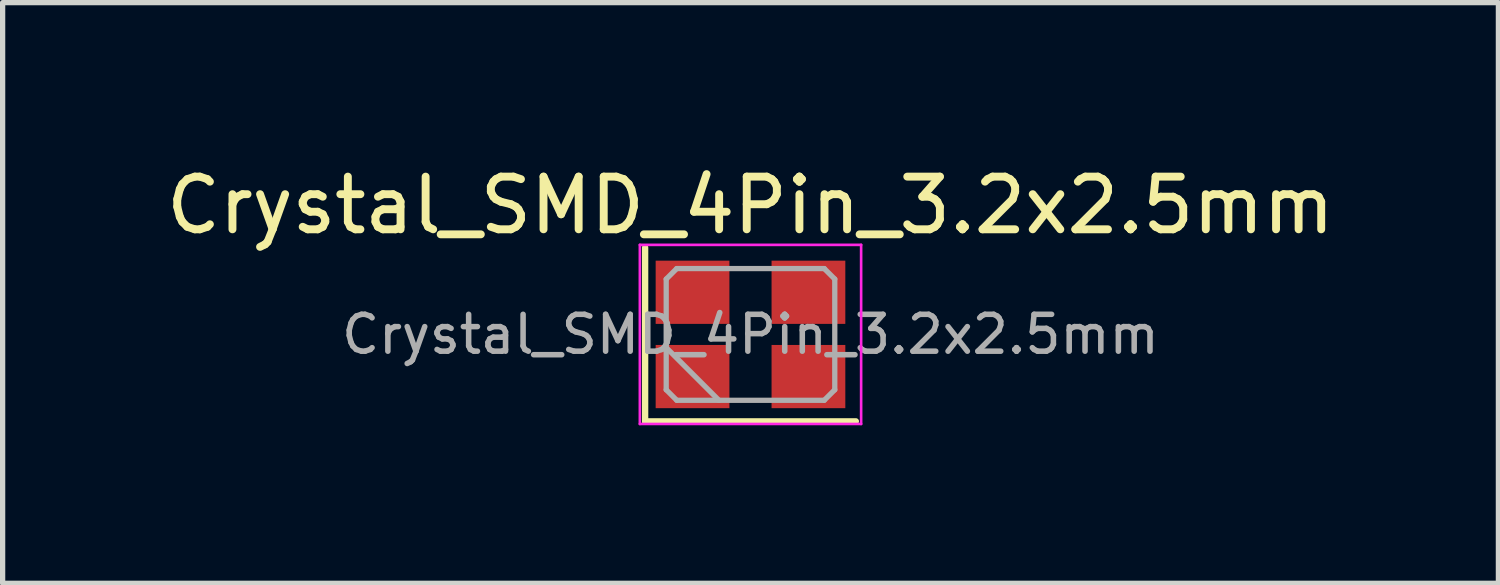
<source format=kicad_pcb>
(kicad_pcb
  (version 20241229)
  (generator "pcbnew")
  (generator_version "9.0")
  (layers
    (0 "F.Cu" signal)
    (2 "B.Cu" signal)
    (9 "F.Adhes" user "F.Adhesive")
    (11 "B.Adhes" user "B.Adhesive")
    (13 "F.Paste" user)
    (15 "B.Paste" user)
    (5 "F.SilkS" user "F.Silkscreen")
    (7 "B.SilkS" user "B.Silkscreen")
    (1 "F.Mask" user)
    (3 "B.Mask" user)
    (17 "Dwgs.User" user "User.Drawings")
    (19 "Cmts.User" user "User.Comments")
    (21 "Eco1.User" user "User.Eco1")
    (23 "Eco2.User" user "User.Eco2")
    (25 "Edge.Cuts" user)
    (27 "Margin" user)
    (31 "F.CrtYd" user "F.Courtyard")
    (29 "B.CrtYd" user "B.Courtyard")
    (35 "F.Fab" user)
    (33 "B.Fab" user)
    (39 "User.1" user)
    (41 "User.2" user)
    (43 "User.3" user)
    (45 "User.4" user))
  (footprint "Crystal_SMD_4Pin_3.2x2.5mm"
    (layer "F.Cu")
    (at 11.196 3.298)
    (property "Reference" "Crystal_SMD_4Pin_3.2x2.5mm" (at 0 -2.45 0) (layer "F.SilkS") (effects (font (size 1 1) (thickness 0.15))))
    (attr smd)
    (fp_line (start -2 -1.65) (end -2 1.65) (stroke (width 0.12) (type solid)) (layer "F.SilkS"))
    (fp_line (start -2 1.65) (end 2 1.65) (stroke (width 0.12) (type solid)) (layer "F.SilkS"))
    (fp_line (start -2.1 -1.7) (end -2.1 1.7) (stroke (width 0.05) (type solid)) (layer "F.CrtYd"))
    (fp_line (start -2.1 1.7) (end 2.1 1.7) (stroke (width 0.05) (type solid)) (layer "F.CrtYd"))
    (fp_line (start 2.1 -1.7) (end -2.1 -1.7) (stroke (width 0.05) (type solid)) (layer "F.CrtYd"))
    (fp_line (start 2.1 1.7) (end 2.1 -1.7) (stroke (width 0.05) (type solid)) (layer "F.CrtYd"))
    (fp_line (start -1.6 -1.05) (end -1.4 -1.25) (stroke (width 0.1) (type solid)) (layer "F.Fab"))
    (fp_line (start -1.6 0.25) (end -0.6 1.25) (stroke (width 0.1) (type solid)) (layer "F.Fab"))
    (fp_line (start -1.6 1.05) (end -1.6 -1.05) (stroke (width 0.1) (type solid)) (layer "F.Fab"))
    (fp_line (start -1.4 -1.25) (end 1.4 -1.25) (stroke (width 0.1) (type solid)) (layer "F.Fab"))
    (fp_line (start -1.4 1.25) (end -1.6 1.05) (stroke (width 0.1) (type solid)) (layer "F.Fab"))
    (fp_line (start 1.4 -1.25) (end 1.6 -1.05) (stroke (width 0.1) (type solid)) (layer "F.Fab"))
    (fp_line (start 1.4 1.25) (end -1.4 1.25) (stroke (width 0.1) (type solid)) (layer "F.Fab"))
    (fp_line (start 1.6 -1.05) (end 1.6 1.05) (stroke (width 0.1) (type solid)) (layer "F.Fab"))
    (fp_line (start 1.6 1.05) (end 1.4 1.25) (stroke (width 0.1) (type solid)) (layer "F.Fab"))
    (fp_text user "${REFERENCE}" (at 0 0 0) (layer "F.Fab") (effects (font (size 0.7 0.7) (thickness 0.105))))
    (pad "1" smd rect (at -1.1 0.8) (size 1.4 1.2) (layers "F.Cu" "F.Mask" "F.Paste"))
    (pad "2" smd rect (at 1.1 0.8) (size 1.4 1.2) (layers "F.Cu" "F.Mask" "F.Paste"))
    (pad "3" smd rect (at 1.1 -0.8) (size 1.4 1.2) (layers "F.Cu" "F.Mask" "F.Paste"))
    (pad "4" smd rect (at -1.1 -0.8) (size 1.4 1.2) (layers "F.Cu" "F.Mask" "F.Paste")))
  (gr_rect
    (start -3 -3)
    (end 25.393 8.023)
    (stroke (width 0.1) (type default))
    (fill no)
    (layer "Edge.Cuts")))
</source>
